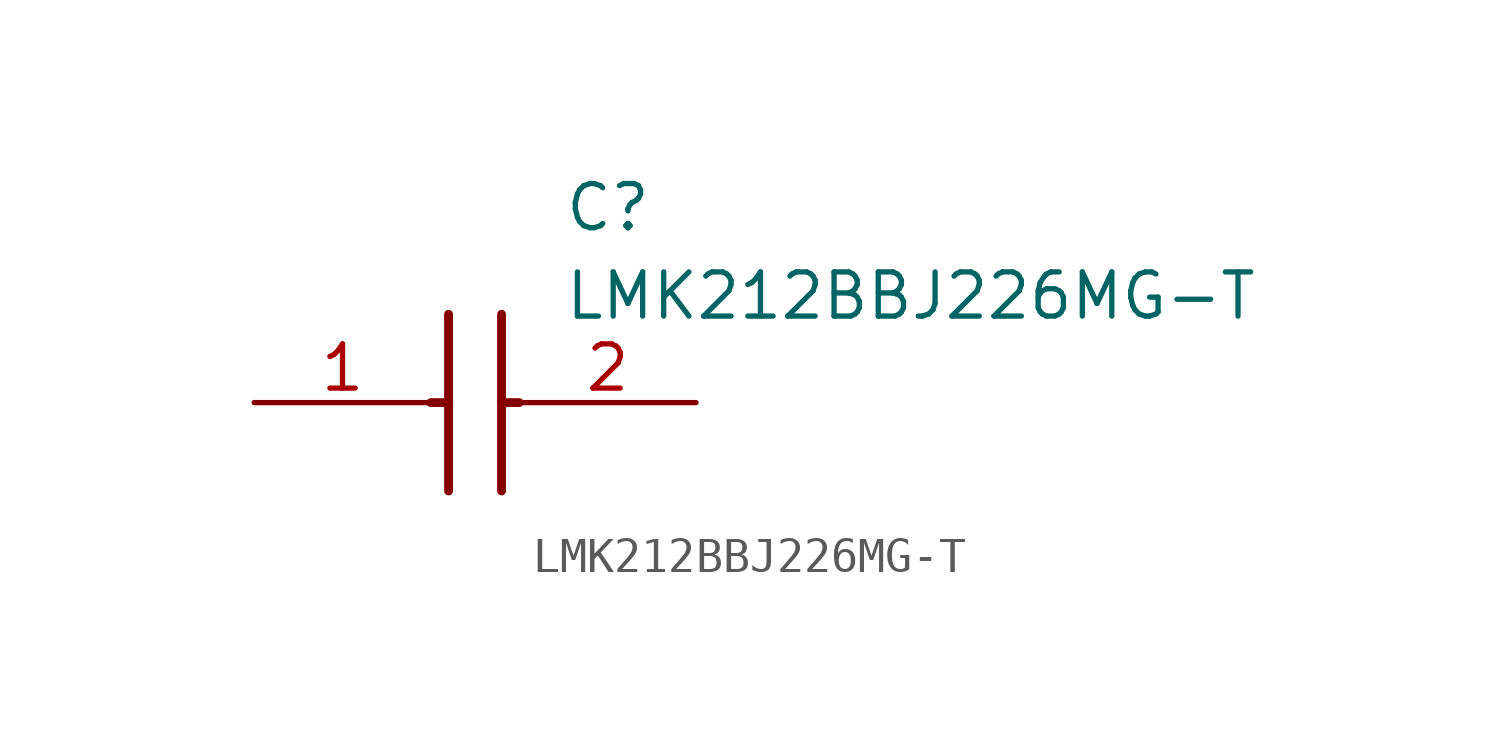
<source format=kicad_sym>
(kicad_symbol_lib
  (version 20211014)
  (generator SamacSys_ECAD_Model)
  (symbol "LMK212BBJ226MG-T"
    (pin_names hide)
    (property "Reference" "C"
      (at 8.89 6.35 0)
      (effects (font (size 1.27 1.27)) (justify left top)))
    (property "Value" "LMK212BBJ226MG-T"
      (at 8.89 3.81 0)
      (effects (font (size 1.27 1.27)) (justify left top)))
    (polyline
      (pts (xy 5.588 2.54) (xy 5.588 -2.54))
      (stroke (width 0.254) (type default))
      (fill (type none)))
    (polyline
      (pts (xy 7.112 2.54) (xy 7.112 -2.54))
      (stroke (width 0.254) (type default))
      (fill (type none)))
    (polyline
      (pts (xy 5.08 0) (xy 5.588 0))
      (stroke (width 0.254) (type default))
      (fill (type none)))
    (polyline
      (pts (xy 7.112 0) (xy 7.62 0))
      (stroke (width 0.254) (type default))
      (fill (type none)))
    (pin passive line
      (at 0 0 0)
      (length 5.08)
      (name "1" (effects (font (size 1.27 1.27))))
      (number "1" (effects (font (size 1.27 1.27)))))
    (pin passive line
      (at 12.7 0 180)
      (length 5.08)
      (name "2" (effects (font (size 1.27 1.27))))
      (number "2" (effects (font (size 1.27 1.27)))))))
</source>
